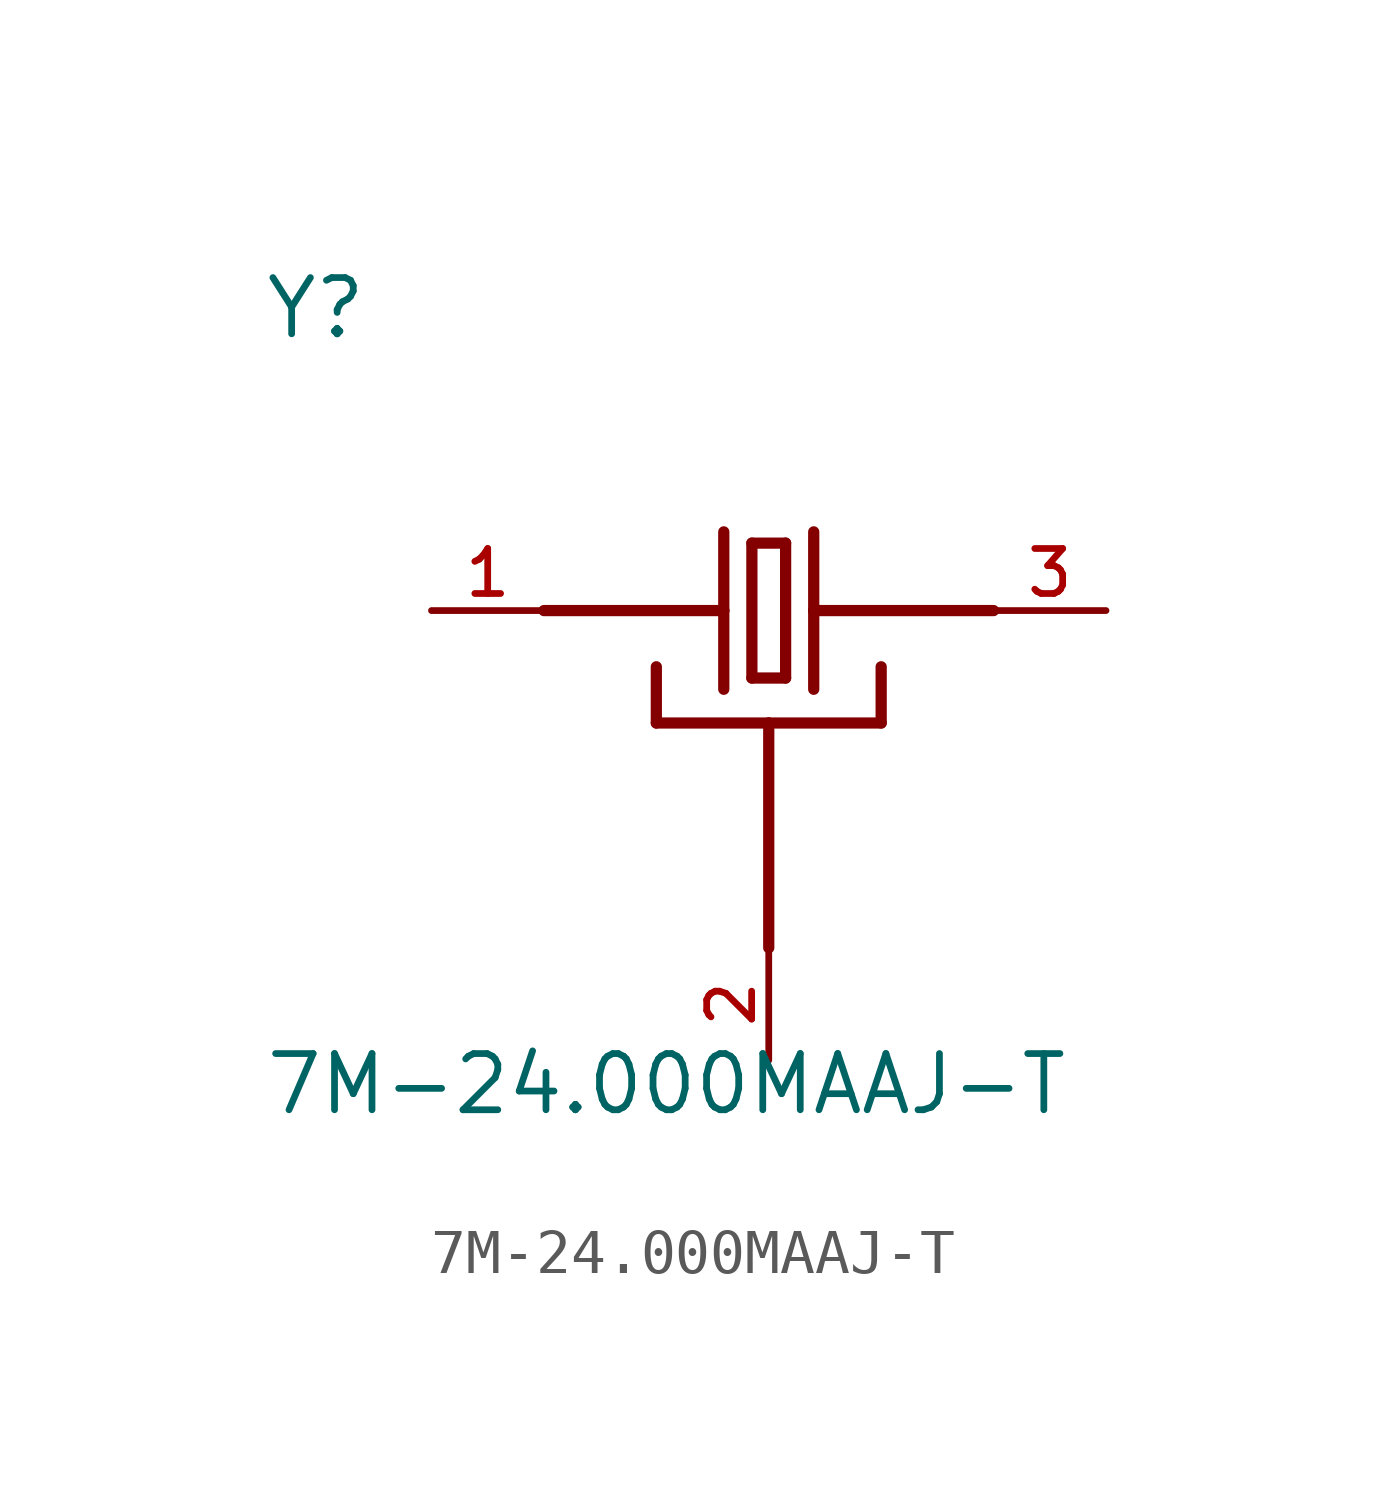
<source format=kicad_sym>
(kicad_symbol_lib
  (version 20241209)
  (generator "kicad_symbol_editor")
  (generator_version "9.0")
  (symbol "7M-24.000MAAJ-T"
    (pin_names
      (offset 1.016))
    (property "Reference" "Y"
      (at -11.424 6.09 0)
      (effects (font (size 1.27 1.27)) (justify left bottom)))
    (property "Value" "7M-24.000MAAJ-T"
      (at -11.423 -11.442 0)
      (effects (font (size 1.27 1.27)) (justify left bottom)))
    (symbol "7M-24.000MAAJ-T_0_0"
      (polyline (pts (xy -5.08 0) (xy -1.016 0)) (stroke (width 0.254) (type default)) (fill (type none)))
      (polyline (pts (xy -2.54 -1.27) (xy -2.54 -2.54)) (stroke (width 0.254) (type default)) (fill (type none)))
      (polyline (pts (xy -2.54 -2.54) (xy 0 -2.54)) (stroke (width 0.254) (type default)) (fill (type none)))
      (polyline (pts (xy -1.016 1.778) (xy -1.016 0)) (stroke (width 0.254) (type default)) (fill (type none)))
      (polyline (pts (xy -1.016 0) (xy -1.016 -1.778)) (stroke (width 0.254) (type default)) (fill (type none)))
      (polyline (pts (xy -0.381 1.524) (xy -0.381 -1.524)) (stroke (width 0.254) (type default)) (fill (type none)))
      (polyline (pts (xy -0.381 -1.524) (xy 0.381 -1.524)) (stroke (width 0.254) (type default)) (fill (type none)))
      (polyline (pts (xy 0 -2.54) (xy 0 -7.62)) (stroke (width 0.254) (type default)) (fill (type none)))
      (polyline (pts (xy 0 -2.54) (xy 2.54 -2.54)) (stroke (width 0.254) (type default)) (fill (type none)))
      (polyline (pts (xy 0.381 1.524) (xy -0.381 1.524)) (stroke (width 0.254) (type default)) (fill (type none)))
      (polyline (pts (xy 0.381 -1.524) (xy 0.381 1.524)) (stroke (width 0.254) (type default)) (fill (type none)))
      (polyline (pts (xy 1.016 1.778) (xy 1.016 0)) (stroke (width 0.254) (type default)) (fill (type none)))
      (polyline (pts (xy 1.016 0) (xy 1.016 -1.778)) (stroke (width 0.254) (type default)) (fill (type none)))
      (polyline (pts (xy 2.54 -2.54) (xy 2.54 -1.27)) (stroke (width 0.254) (type default)) (fill (type none)))
      (polyline (pts (xy 5.08 0) (xy 1.016 0)) (stroke (width 0.254) (type default)) (fill (type none)))
      (pin passive line (at -7.62 0 0) (length 2.54) (name "~" (effects (font (size 1.016 1.016)))) (number "1" (effects (font (size 1.016 1.016)))))
      (pin passive line (at 0 -10.16 90) (length 2.54) (name "~" (effects (font (size 1.016 1.016)))) (number "2" (effects (font (size 1.016 1.016)))))
      (pin passive line (at 0 -10.16 90) (length 2.54) (hide yes) (name "~" (effects (font (size 1.016 1.016)))) (number "4" (effects (font (size 1.016 1.016)))))
      (pin passive line (at 7.62 0 180) (length 2.54) (name "~" (effects (font (size 1.016 1.016)))) (number "3" (effects (font (size 1.016 1.016))))))))
</source>
